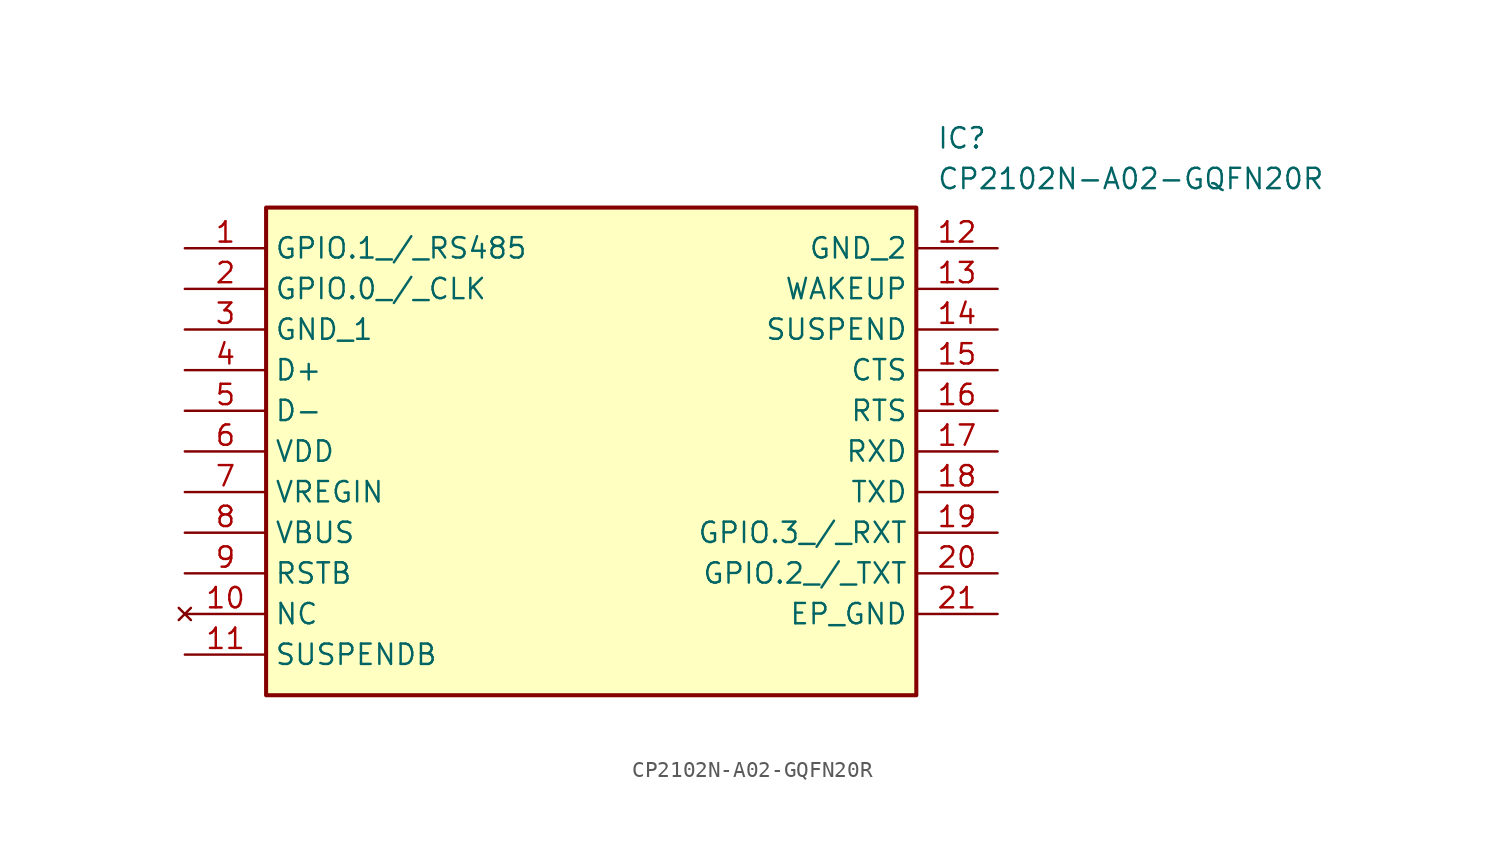
<source format=kicad_sym>
(kicad_symbol_lib
  (version 20211014)
  (generator SamacSys_ECAD_Model)
  (symbol "CP2102N-A02-GQFN20R"
    (property "Reference" "IC"
      (at 46.99 7.62 0)
      (effects (font (size 1.27 1.27)) (justify left top)))
    (property "Value" "CP2102N-A02-GQFN20R"
      (at 46.99 5.08 0)
      (effects (font (size 1.27 1.27)) (justify left top)))
    (rectangle
      (start 5.08 2.54)
      (end 45.72 -27.94)
      (stroke (width 0.254) (type default))
      (fill (type background)))
    (pin passive line
      (at 0 0 0)
      (length 5.08)
      (name "GPIO.1_/_RS485" (effects (font (size 1.27 1.27))))
      (number "1" (effects (font (size 1.27 1.27)))))
    (pin passive line
      (at 0 -2.54 0)
      (length 5.08)
      (name "GPIO.0_/_CLK" (effects (font (size 1.27 1.27))))
      (number "2" (effects (font (size 1.27 1.27)))))
    (pin passive line
      (at 0 -5.08 0)
      (length 5.08)
      (name "GND_1" (effects (font (size 1.27 1.27))))
      (number "3" (effects (font (size 1.27 1.27)))))
    (pin passive line
      (at 0 -7.62 0)
      (length 5.08)
      (name "D+" (effects (font (size 1.27 1.27))))
      (number "4" (effects (font (size 1.27 1.27)))))
    (pin passive line
      (at 0 -10.16 0)
      (length 5.08)
      (name "D-" (effects (font (size 1.27 1.27))))
      (number "5" (effects (font (size 1.27 1.27)))))
    (pin passive line
      (at 0 -12.7 0)
      (length 5.08)
      (name "VDD" (effects (font (size 1.27 1.27))))
      (number "6" (effects (font (size 1.27 1.27)))))
    (pin passive line
      (at 0 -15.24 0)
      (length 5.08)
      (name "VREGIN" (effects (font (size 1.27 1.27))))
      (number "7" (effects (font (size 1.27 1.27)))))
    (pin passive line
      (at 0 -17.78 0)
      (length 5.08)
      (name "VBUS" (effects (font (size 1.27 1.27))))
      (number "8" (effects (font (size 1.27 1.27)))))
    (pin passive line
      (at 0 -20.32 0)
      (length 5.08)
      (name "RSTB" (effects (font (size 1.27 1.27))))
      (number "9" (effects (font (size 1.27 1.27)))))
    (pin no_connect line
      (at 0 -22.86 0)
      (length 5.08)
      (name "NC" (effects (font (size 1.27 1.27))))
      (number "10" (effects (font (size 1.27 1.27)))))
    (pin passive line
      (at 0 -25.4 0)
      (length 5.08)
      (name "SUSPENDB" (effects (font (size 1.27 1.27))))
      (number "11" (effects (font (size 1.27 1.27)))))
    (pin passive line
      (at 50.8 0 180)
      (length 5.08)
      (name "GND_2" (effects (font (size 1.27 1.27))))
      (number "12" (effects (font (size 1.27 1.27)))))
    (pin passive line
      (at 50.8 -2.54 180)
      (length 5.08)
      (name "WAKEUP" (effects (font (size 1.27 1.27))))
      (number "13" (effects (font (size 1.27 1.27)))))
    (pin passive line
      (at 50.8 -5.08 180)
      (length 5.08)
      (name "SUSPEND" (effects (font (size 1.27 1.27))))
      (number "14" (effects (font (size 1.27 1.27)))))
    (pin passive line
      (at 50.8 -7.62 180)
      (length 5.08)
      (name "CTS" (effects (font (size 1.27 1.27))))
      (number "15" (effects (font (size 1.27 1.27)))))
    (pin passive line
      (at 50.8 -10.16 180)
      (length 5.08)
      (name "RTS" (effects (font (size 1.27 1.27))))
      (number "16" (effects (font (size 1.27 1.27)))))
    (pin passive line
      (at 50.8 -12.7 180)
      (length 5.08)
      (name "RXD" (effects (font (size 1.27 1.27))))
      (number "17" (effects (font (size 1.27 1.27)))))
    (pin passive line
      (at 50.8 -15.24 180)
      (length 5.08)
      (name "TXD" (effects (font (size 1.27 1.27))))
      (number "18" (effects (font (size 1.27 1.27)))))
    (pin passive line
      (at 50.8 -17.78 180)
      (length 5.08)
      (name "GPIO.3_/_RXT" (effects (font (size 1.27 1.27))))
      (number "19" (effects (font (size 1.27 1.27)))))
    (pin passive line
      (at 50.8 -20.32 180)
      (length 5.08)
      (name "GPIO.2_/_TXT" (effects (font (size 1.27 1.27))))
      (number "20" (effects (font (size 1.27 1.27)))))
    (pin passive line
      (at 50.8 -22.86 180)
      (length 5.08)
      (name "EP_GND" (effects (font (size 1.27 1.27))))
      (number "21" (effects (font (size 1.27 1.27)))))))
</source>
